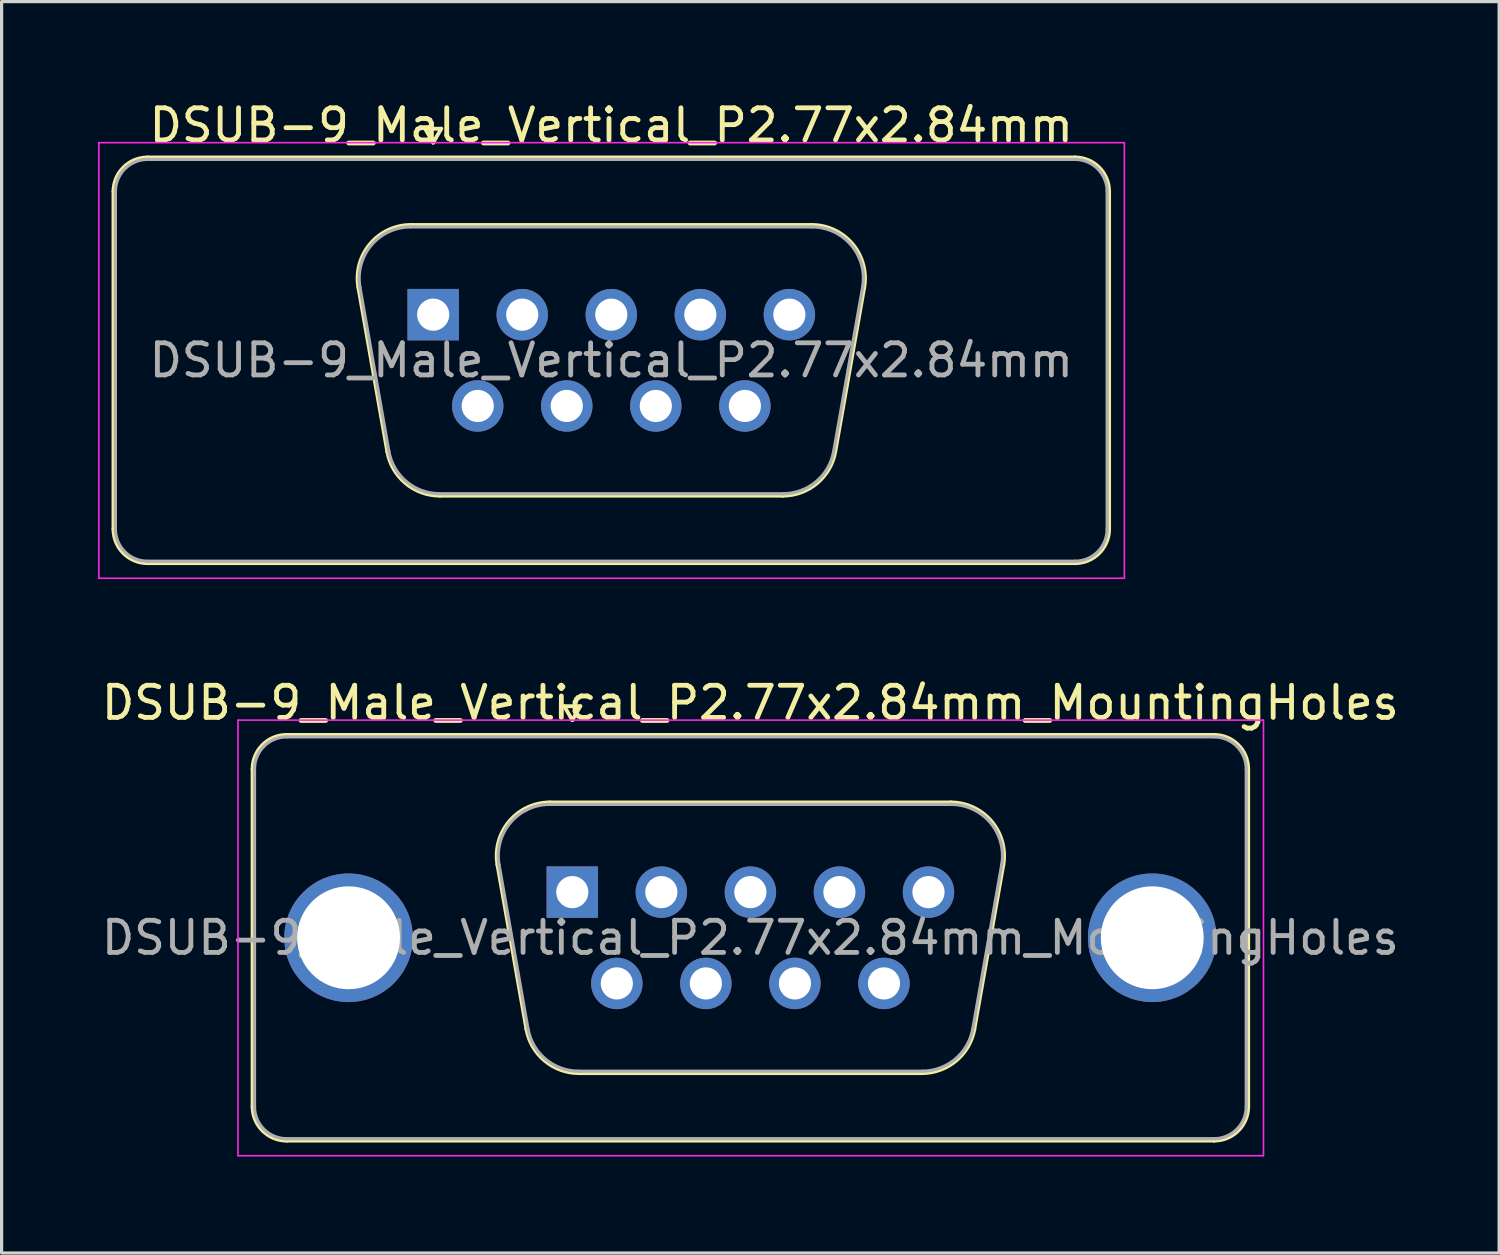
<source format=kicad_pcb>
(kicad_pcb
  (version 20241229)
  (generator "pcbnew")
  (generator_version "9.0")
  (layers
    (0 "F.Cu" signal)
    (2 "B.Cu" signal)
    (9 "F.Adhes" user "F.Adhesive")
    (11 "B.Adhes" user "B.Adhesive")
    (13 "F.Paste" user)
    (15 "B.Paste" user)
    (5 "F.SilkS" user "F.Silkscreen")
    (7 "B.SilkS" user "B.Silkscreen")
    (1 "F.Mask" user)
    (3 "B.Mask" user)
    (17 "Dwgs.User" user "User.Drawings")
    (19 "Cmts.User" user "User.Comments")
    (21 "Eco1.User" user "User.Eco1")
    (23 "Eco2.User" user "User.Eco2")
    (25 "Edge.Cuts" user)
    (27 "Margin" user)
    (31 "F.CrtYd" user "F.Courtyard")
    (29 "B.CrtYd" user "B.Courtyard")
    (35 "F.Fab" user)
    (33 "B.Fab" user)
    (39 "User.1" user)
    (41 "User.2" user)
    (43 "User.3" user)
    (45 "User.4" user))
  (footprint "DSUB-9_Male_Vertical_P2.77x2.84mm"
    (layer "F.Cu")
    (at 10.425 6.738)
    (property "Reference" "DSUB-9_Male_Vertical_P2.77x2.84mm" (at 5.54 -5.89 0) (layer "F.SilkS") (effects (font (size 1 1) (thickness 0.15))))
    (attr through_hole)
    (fp_line (start -9.945 6.67) (end -9.945 -3.83) (stroke (width 0.12) (type solid)) (layer "F.SilkS"))
    (fp_line (start -8.885 -4.89) (end 19.965 -4.89) (stroke (width 0.12) (type solid)) (layer "F.SilkS"))
    (fp_line (start -2.326 -0.842) (end -1.427 4.258) (stroke (width 0.12) (type solid)) (layer "F.SilkS"))
    (fp_line (start -0.692 -2.79) (end 11.772 -2.79) (stroke (width 0.12) (type solid)) (layer "F.SilkS"))
    (fp_line (start -0.25 -5.784) (end 0.25 -5.784) (stroke (width 0.12) (type solid)) (layer "F.SilkS"))
    (fp_line (start 0 -5.351) (end -0.25 -5.784) (stroke (width 0.12) (type solid)) (layer "F.SilkS"))
    (fp_line (start 0.208 5.63) (end 10.872 5.63) (stroke (width 0.12) (type solid)) (layer "F.SilkS"))
    (fp_line (start 0.25 -5.784) (end 0 -5.351) (stroke (width 0.12) (type solid)) (layer "F.SilkS"))
    (fp_line (start 13.406 -0.842) (end 12.507 4.258) (stroke (width 0.12) (type solid)) (layer "F.SilkS"))
    (fp_line (start 19.965 7.73) (end -8.885 7.73) (stroke (width 0.12) (type solid)) (layer "F.SilkS"))
    (fp_line (start 21.025 -3.83) (end 21.025 6.67) (stroke (width 0.12) (type solid)) (layer "F.SilkS"))
    (fp_arc (start -9.945 -3.83) (mid -9.634533 -4.579533) (end -8.885 -4.89) (stroke (width 0.12) (type solid)) (layer "F.SilkS"))
    (fp_arc (start -8.885 7.73) (mid -9.634533 7.419533) (end -9.945 6.67) (stroke (width 0.12) (type solid)) (layer "F.SilkS"))
    (fp_arc (start -2.32647 -0.841744) (mid -1.963323 -2.197028) (end -0.691689 -2.79) (stroke (width 0.12) (type solid)) (layer "F.SilkS"))
    (fp_arc (start 0.207579 5.63) (mid -0.859448 5.241634) (end -1.427202 4.258256) (stroke (width 0.12) (type solid)) (layer "F.SilkS"))
    (fp_arc (start 11.771689 -2.79) (mid 13.043323 -2.197027) (end 13.40647 -0.841744) (stroke (width 0.12) (type solid)) (layer "F.SilkS"))
    (fp_arc (start 12.507202 4.258256) (mid 11.939449 5.241634) (end 10.872421 5.63) (stroke (width 0.12) (type solid)) (layer "F.SilkS"))
    (fp_arc (start 19.965 -4.89) (mid 20.714533 -4.579533) (end 21.025 -3.83) (stroke (width 0.12) (type solid)) (layer "F.SilkS"))
    (fp_arc (start 21.025 6.67) (mid 20.714533 7.419533) (end 19.965 7.73) (stroke (width 0.12) (type solid)) (layer "F.SilkS"))
    (fp_line (start -10.4 -5.35) (end -10.4 8.2) (stroke (width 0.05) (type solid)) (layer "F.CrtYd"))
    (fp_line (start -10.4 8.2) (end 21.5 8.2) (stroke (width 0.05) (type solid)) (layer "F.CrtYd"))
    (fp_line (start 21.5 -5.35) (end -10.4 -5.35) (stroke (width 0.05) (type solid)) (layer "F.CrtYd"))
    (fp_line (start 21.5 8.2) (end 21.5 -5.35) (stroke (width 0.05) (type solid)) (layer "F.CrtYd"))
    (fp_line (start -9.885 6.67) (end -9.885 -3.83) (stroke (width 0.1) (type solid)) (layer "F.Fab"))
    (fp_line (start -8.885 -4.83) (end 19.965 -4.83) (stroke (width 0.1) (type solid)) (layer "F.Fab"))
    (fp_line (start -2.279 -0.852) (end -1.38 4.248) (stroke (width 0.1) (type solid)) (layer "F.Fab"))
    (fp_line (start -0.703 -2.73) (end 11.783 -2.73) (stroke (width 0.1) (type solid)) (layer "F.Fab"))
    (fp_line (start 0.196 5.57) (end 10.884 5.57) (stroke (width 0.1) (type solid)) (layer "F.Fab"))
    (fp_line (start 13.359 -0.852) (end 12.46 4.248) (stroke (width 0.1) (type solid)) (layer "F.Fab"))
    (fp_line (start 19.965 7.67) (end -8.885 7.67) (stroke (width 0.1) (type solid)) (layer "F.Fab"))
    (fp_line (start 20.965 -3.83) (end 20.965 6.67) (stroke (width 0.1) (type solid)) (layer "F.Fab"))
    (fp_arc (start -9.885 -3.83) (mid -9.592107 -4.537107) (end -8.885 -4.83) (stroke (width 0.1) (type solid)) (layer "F.Fab"))
    (fp_arc (start -8.885 7.67) (mid -9.592107 7.377107) (end -9.885 6.67) (stroke (width 0.1) (type solid)) (layer "F.Fab"))
    (fp_arc (start -2.278886 -0.852163) (mid -1.928865 -2.15846) (end -0.703194 -2.73) (stroke (width 0.1) (type solid)) (layer "F.Fab"))
    (fp_arc (start 0.196073 5.57) (mid -0.832387 5.195671) (end -1.379619 4.247837) (stroke (width 0.1) (type solid)) (layer "F.Fab"))
    (fp_arc (start 11.783194 -2.73) (mid 13.008865 -2.15846) (end 13.358886 -0.852163) (stroke (width 0.1) (type solid)) (layer "F.Fab"))
    (fp_arc (start 12.459619 4.247837) (mid 11.912387 5.195671) (end 10.883927 5.57) (stroke (width 0.1) (type solid)) (layer "F.Fab"))
    (fp_arc (start 19.965 -4.83) (mid 20.672107 -4.537107) (end 20.965 -3.83) (stroke (width 0.1) (type solid)) (layer "F.Fab"))
    (fp_arc (start 20.965 6.67) (mid 20.672107 7.377107) (end 19.965 7.67) (stroke (width 0.1) (type solid)) (layer "F.Fab"))
    (fp_text user "${REFERENCE}" (at 5.54 1.42 0) (layer "F.Fab") (effects (font (size 1 1) (thickness 0.15))))
    (pad "1" thru_hole rect (at 0 0) (size 1.6 1.6) (drill 1) (layers "*.Cu" "*.Mask"))
    (pad "2" thru_hole circle (at 2.77 0) (size 1.6 1.6) (drill 1) (layers "*.Cu" "*.Mask"))
    (pad "3" thru_hole circle (at 5.54 0) (size 1.6 1.6) (drill 1) (layers "*.Cu" "*.Mask"))
    (pad "4" thru_hole circle (at 8.31 0) (size 1.6 1.6) (drill 1) (layers "*.Cu" "*.Mask"))
    (pad "5" thru_hole circle (at 11.08 0) (size 1.6 1.6) (drill 1) (layers "*.Cu" "*.Mask"))
    (pad "6" thru_hole circle (at 1.385 2.84) (size 1.6 1.6) (drill 1) (layers "*.Cu" "*.Mask"))
    (pad "7" thru_hole circle (at 4.155 2.84) (size 1.6 1.6) (drill 1) (layers "*.Cu" "*.Mask"))
    (pad "8" thru_hole circle (at 6.925 2.84) (size 1.6 1.6) (drill 1) (layers "*.Cu" "*.Mask"))
    (pad "9" thru_hole circle (at 9.695 2.84) (size 1.6 1.6) (drill 1) (layers "*.Cu" "*.Mask")))
  (footprint "DSUB-9_Male_Vertical_P2.77x2.84mm_MountingHoles"
    (layer "F.Cu")
    (at 14.752 24.701)
    (property "Reference" "DSUB-9_Male_Vertical_P2.77x2.84mm_MountingHoles" (at 5.54 -5.89 0) (layer "F.SilkS") (effects (font (size 1 1) (thickness 0.15))))
    (attr through_hole)
    (fp_line (start -9.945 6.67) (end -9.945 -3.83) (stroke (width 0.12) (type solid)) (layer "F.SilkS"))
    (fp_line (start -8.885 -4.89) (end 19.965 -4.89) (stroke (width 0.12) (type solid)) (layer "F.SilkS"))
    (fp_line (start -2.326 -0.842) (end -1.427 4.258) (stroke (width 0.12) (type solid)) (layer "F.SilkS"))
    (fp_line (start -0.692 -2.79) (end 11.772 -2.79) (stroke (width 0.12) (type solid)) (layer "F.SilkS"))
    (fp_line (start -0.25 -5.784) (end 0.25 -5.784) (stroke (width 0.12) (type solid)) (layer "F.SilkS"))
    (fp_line (start 0 -5.351) (end -0.25 -5.784) (stroke (width 0.12) (type solid)) (layer "F.SilkS"))
    (fp_line (start 0.208 5.63) (end 10.872 5.63) (stroke (width 0.12) (type solid)) (layer "F.SilkS"))
    (fp_line (start 0.25 -5.784) (end 0 -5.351) (stroke (width 0.12) (type solid)) (layer "F.SilkS"))
    (fp_line (start 13.406 -0.842) (end 12.507 4.258) (stroke (width 0.12) (type solid)) (layer "F.SilkS"))
    (fp_line (start 19.965 7.73) (end -8.885 7.73) (stroke (width 0.12) (type solid)) (layer "F.SilkS"))
    (fp_line (start 21.025 -3.83) (end 21.025 6.67) (stroke (width 0.12) (type solid)) (layer "F.SilkS"))
    (fp_arc (start -9.945 -3.83) (mid -9.634533 -4.579533) (end -8.885 -4.89) (stroke (width 0.12) (type solid)) (layer "F.SilkS"))
    (fp_arc (start -8.885 7.73) (mid -9.634533 7.419533) (end -9.945 6.67) (stroke (width 0.12) (type solid)) (layer "F.SilkS"))
    (fp_arc (start -2.32647 -0.841744) (mid -1.963323 -2.197028) (end -0.691689 -2.79) (stroke (width 0.12) (type solid)) (layer "F.SilkS"))
    (fp_arc (start 0.207579 5.63) (mid -0.859448 5.241634) (end -1.427202 4.258256) (stroke (width 0.12) (type solid)) (layer "F.SilkS"))
    (fp_arc (start 11.771689 -2.79) (mid 13.043323 -2.197027) (end 13.40647 -0.841744) (stroke (width 0.12) (type solid)) (layer "F.SilkS"))
    (fp_arc (start 12.507202 4.258256) (mid 11.939449 5.241634) (end 10.872421 5.63) (stroke (width 0.12) (type solid)) (layer "F.SilkS"))
    (fp_arc (start 19.965 -4.89) (mid 20.714533 -4.579533) (end 21.025 -3.83) (stroke (width 0.12) (type solid)) (layer "F.SilkS"))
    (fp_arc (start 21.025 6.67) (mid 20.714533 7.419533) (end 19.965 7.73) (stroke (width 0.12) (type solid)) (layer "F.SilkS"))
    (fp_line (start -10.4 -5.35) (end -10.4 8.2) (stroke (width 0.05) (type solid)) (layer "F.CrtYd"))
    (fp_line (start -10.4 8.2) (end 21.5 8.2) (stroke (width 0.05) (type solid)) (layer "F.CrtYd"))
    (fp_line (start 21.5 -5.35) (end -10.4 -5.35) (stroke (width 0.05) (type solid)) (layer "F.CrtYd"))
    (fp_line (start 21.5 8.2) (end 21.5 -5.35) (stroke (width 0.05) (type solid)) (layer "F.CrtYd"))
    (fp_line (start -9.885 6.67) (end -9.885 -3.83) (stroke (width 0.1) (type solid)) (layer "F.Fab"))
    (fp_line (start -8.885 -4.83) (end 19.965 -4.83) (stroke (width 0.1) (type solid)) (layer "F.Fab"))
    (fp_line (start -2.279 -0.852) (end -1.38 4.248) (stroke (width 0.1) (type solid)) (layer "F.Fab"))
    (fp_line (start -0.703 -2.73) (end 11.783 -2.73) (stroke (width 0.1) (type solid)) (layer "F.Fab"))
    (fp_line (start 0.196 5.57) (end 10.884 5.57) (stroke (width 0.1) (type solid)) (layer "F.Fab"))
    (fp_line (start 13.359 -0.852) (end 12.46 4.248) (stroke (width 0.1) (type solid)) (layer "F.Fab"))
    (fp_line (start 19.965 7.67) (end -8.885 7.67) (stroke (width 0.1) (type solid)) (layer "F.Fab"))
    (fp_line (start 20.965 -3.83) (end 20.965 6.67) (stroke (width 0.1) (type solid)) (layer "F.Fab"))
    (fp_arc (start -9.885 -3.83) (mid -9.592107 -4.537107) (end -8.885 -4.83) (stroke (width 0.1) (type solid)) (layer "F.Fab"))
    (fp_arc (start -8.885 7.67) (mid -9.592107 7.377107) (end -9.885 6.67) (stroke (width 0.1) (type solid)) (layer "F.Fab"))
    (fp_arc (start -2.278886 -0.852163) (mid -1.928865 -2.15846) (end -0.703194 -2.73) (stroke (width 0.1) (type solid)) (layer "F.Fab"))
    (fp_arc (start 0.196073 5.57) (mid -0.832387 5.195671) (end -1.379619 4.247837) (stroke (width 0.1) (type solid)) (layer "F.Fab"))
    (fp_arc (start 11.783194 -2.73) (mid 13.008865 -2.15846) (end 13.358886 -0.852163) (stroke (width 0.1) (type solid)) (layer "F.Fab"))
    (fp_arc (start 12.459619 4.247837) (mid 11.912387 5.195671) (end 10.883927 5.57) (stroke (width 0.1) (type solid)) (layer "F.Fab"))
    (fp_arc (start 19.965 -4.83) (mid 20.672107 -4.537107) (end 20.965 -3.83) (stroke (width 0.1) (type solid)) (layer "F.Fab"))
    (fp_arc (start 20.965 6.67) (mid 20.672107 7.377107) (end 19.965 7.67) (stroke (width 0.1) (type solid)) (layer "F.Fab"))
    (fp_text user "${REFERENCE}" (at 5.54 1.42 0) (layer "F.Fab") (effects (font (size 1 1) (thickness 0.15))))
    (pad "0" thru_hole circle (at -6.96 1.42) (size 4 4) (drill 3.2) (layers "*.Cu" "*.Mask"))
    (pad "0" thru_hole circle (at 18.04 1.42) (size 4 4) (drill 3.2) (layers "*.Cu" "*.Mask"))
    (pad "1" thru_hole rect (at 0 0) (size 1.6 1.6) (drill 1) (layers "*.Cu" "*.Mask"))
    (pad "2" thru_hole circle (at 2.77 0) (size 1.6 1.6) (drill 1) (layers "*.Cu" "*.Mask"))
    (pad "3" thru_hole circle (at 5.54 0) (size 1.6 1.6) (drill 1) (layers "*.Cu" "*.Mask"))
    (pad "4" thru_hole circle (at 8.31 0) (size 1.6 1.6) (drill 1) (layers "*.Cu" "*.Mask"))
    (pad "5" thru_hole circle (at 11.08 0) (size 1.6 1.6) (drill 1) (layers "*.Cu" "*.Mask"))
    (pad "6" thru_hole circle (at 1.385 2.84) (size 1.6 1.6) (drill 1) (layers "*.Cu" "*.Mask"))
    (pad "7" thru_hole circle (at 4.155 2.84) (size 1.6 1.6) (drill 1) (layers "*.Cu" "*.Mask"))
    (pad "8" thru_hole circle (at 6.925 2.84) (size 1.6 1.6) (drill 1) (layers "*.Cu" "*.Mask"))
    (pad "9" thru_hole circle (at 9.695 2.84) (size 1.6 1.6) (drill 1) (layers "*.Cu" "*.Mask")))
  (gr_rect
    (start -3 -3)
    (end 43.583 35.926)
    (stroke (width 0.1) (type default))
    (fill no)
    (layer "Edge.Cuts")))
</source>
